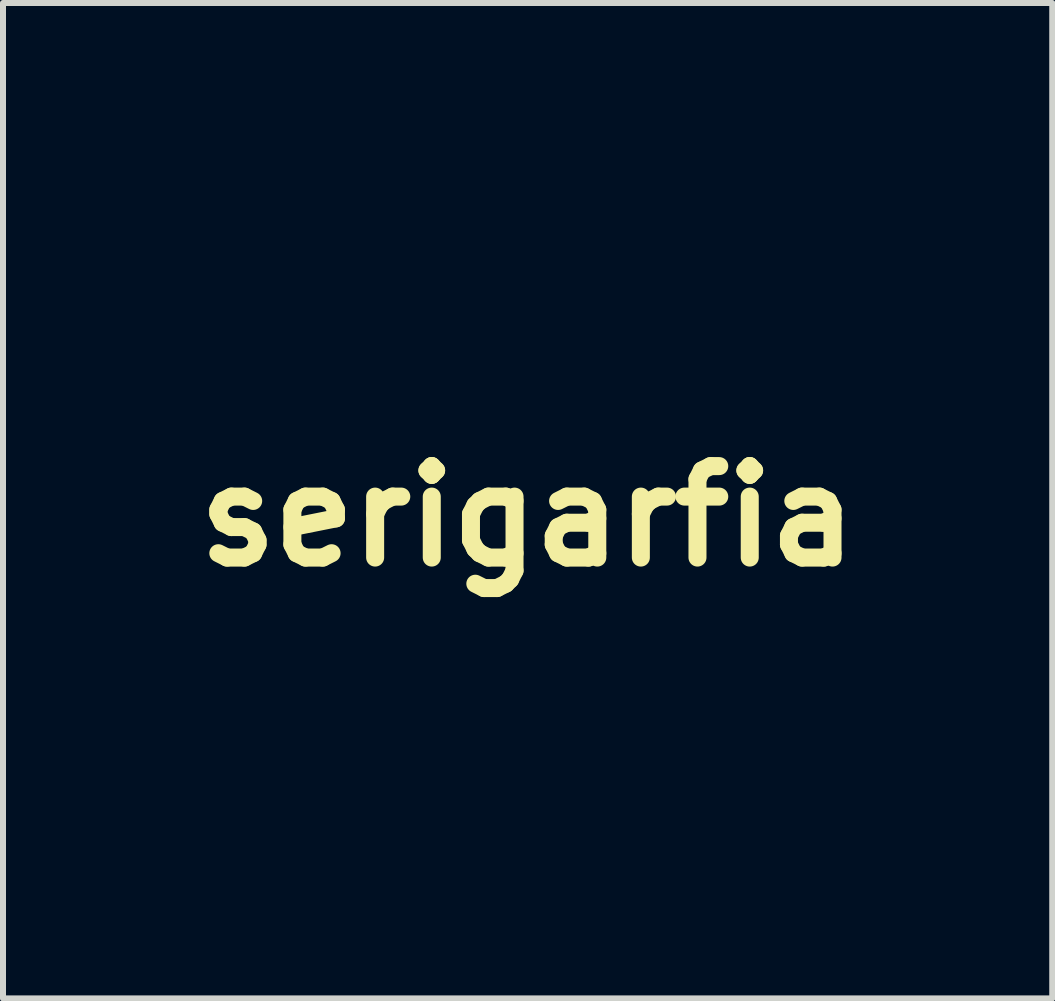
<source format=kicad_pcb>
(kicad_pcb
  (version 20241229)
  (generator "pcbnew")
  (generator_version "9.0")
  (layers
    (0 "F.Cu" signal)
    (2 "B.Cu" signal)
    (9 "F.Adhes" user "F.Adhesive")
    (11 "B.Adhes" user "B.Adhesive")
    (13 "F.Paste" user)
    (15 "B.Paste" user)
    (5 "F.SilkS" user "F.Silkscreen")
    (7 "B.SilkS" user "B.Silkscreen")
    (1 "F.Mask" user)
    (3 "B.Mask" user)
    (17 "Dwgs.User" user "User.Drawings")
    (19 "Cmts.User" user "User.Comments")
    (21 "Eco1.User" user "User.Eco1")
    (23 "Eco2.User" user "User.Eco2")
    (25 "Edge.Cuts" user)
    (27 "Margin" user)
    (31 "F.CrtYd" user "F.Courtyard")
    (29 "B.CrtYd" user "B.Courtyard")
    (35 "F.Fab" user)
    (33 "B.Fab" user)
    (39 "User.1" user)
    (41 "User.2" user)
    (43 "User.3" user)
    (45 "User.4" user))
  (footprint "serigarfia"
    (layer "F.Cu")
    (at 5.74 5.55)
    (property "Reference" "serigarfia" (at 0 0 0) (layer "F.SilkS") (effects (font (size 1.524 1.524) (thickness 0.3))))
    (attr through_hole)
    (fp_poly (pts (xy 0.108 -5.543) (xy 0.244 -5.529) (xy 0.377 -5.503) (xy 0.506 -5.466) (xy 0.63 -5.417) (xy 0.748 -5.359) (xy 0.861 -5.29) (xy 0.967 -5.212) (xy 1.067 -5.125) (xy 1.158 -5.03) (xy 1.241 -4.927) (xy 1.316 -4.816) (xy 1.38 -4.698) (xy 1.435 -4.573) (xy 1.477 -4.45) (xy 1.508 -4.319) (xy 1.528 -4.186) (xy 1.536 -4.051) (xy 1.532 -3.917) (xy 1.516 -3.783) (xy 1.489 -3.652) (xy 1.451 -3.523) (xy 1.401 -3.399) (xy 1.341 -3.279) (xy 1.305 -3.221) (xy 1.226 -3.107) (xy 1.138 -3.002) (xy 1.042 -2.906) (xy 0.938 -2.819) (xy 0.827 -2.742) (xy 0.709 -2.675) (xy 0.587 -2.618) (xy 0.459 -2.573) (xy 0.327 -2.539) (xy 0.192 -2.517) (xy 0.176 -2.515) (xy 0.151 -2.513) (xy 0.117 -2.511) (xy 0.077 -2.51) (xy 0.034 -2.509) (xy -0.01 -2.509) (xy -0.05 -2.509) (xy -0.086 -2.51) (xy -0.113 -2.511) (xy -0.124 -2.512) (xy -0.267 -2.535) (xy -0.402 -2.567) (xy -0.53 -2.608) (xy -0.651 -2.661) (xy -0.766 -2.723) (xy -0.876 -2.797) (xy -0.98 -2.881) (xy -1.038 -2.934) (xy -1.133 -3.034) (xy -1.218 -3.141) (xy -1.292 -3.255) (xy -1.355 -3.373) (xy -1.408 -3.496) (xy -1.449 -3.623) (xy -1.478 -3.753) (xy -1.497 -3.885) (xy -1.503 -4.019) (xy -1.502 -4.036) (xy -0.845 -4.036) (xy -0.844 -3.984) (xy -0.842 -3.936) (xy -0.838 -3.899) (xy -0.818 -3.802) (xy -0.786 -3.707) (xy -0.743 -3.615) (xy -0.689 -3.527) (xy -0.681 -3.516) (xy -0.636 -3.461) (xy -0.582 -3.406) (xy -0.522 -3.353) (xy -0.458 -3.305) (xy -0.394 -3.265) (xy -0.368 -3.251) (xy -0.282 -3.215) (xy -0.19 -3.187) (xy -0.093 -3.17) (xy 0.005 -3.163) (xy 0.101 -3.167) (xy 0.16 -3.175) (xy 0.233 -3.19) (xy 0.3 -3.21) (xy 0.367 -3.237) (xy 0.397 -3.251) (xy 0.486 -3.301) (xy 0.568 -3.361) (xy 0.642 -3.431) (xy 0.707 -3.508) (xy 0.764 -3.593) (xy 0.81 -3.684) (xy 0.845 -3.78) (xy 0.868 -3.874) (xy 0.875 -3.927) (xy 0.879 -3.986) (xy 0.879 -4.049) (xy 0.876 -4.111) (xy 0.87 -4.167) (xy 0.865 -4.195) (xy 0.836 -4.3) (xy 0.797 -4.397) (xy 0.748 -4.487) (xy 0.688 -4.571) (xy 0.636 -4.629) (xy 0.561 -4.698) (xy 0.481 -4.756) (xy 0.395 -4.803) (xy 0.301 -4.842) (xy 0.21 -4.869) (xy 0.186 -4.875) (xy 0.164 -4.879) (xy 0.143 -4.882) (xy 0.12 -4.884) (xy 0.092 -4.885) (xy 0.056 -4.886) (xy 0.016 -4.886) (xy -0.029 -4.886) (xy -0.064 -4.885) (xy -0.091 -4.884) (xy -0.114 -4.882) (xy -0.135 -4.879) (xy -0.156 -4.874) (xy -0.178 -4.869) (xy -0.28 -4.838) (xy -0.373 -4.798) (xy -0.46 -4.748) (xy -0.54 -4.687) (xy -0.615 -4.616) (xy -0.633 -4.595) (xy -0.69 -4.524) (xy -0.739 -4.443) (xy -0.781 -4.356) (xy -0.813 -4.266) (xy -0.835 -4.175) (xy -0.84 -4.136) (xy -0.843 -4.088) (xy -0.845 -4.036) (xy -1.502 -4.036) (xy -1.498 -4.154) (xy -1.48 -4.289) (xy -1.45 -4.423) (xy -1.426 -4.505) (xy -1.378 -4.631) (xy -1.319 -4.753) (xy -1.249 -4.868) (xy -1.169 -4.976) (xy -1.079 -5.078) (xy -0.981 -5.171) (xy -0.875 -5.256) (xy -0.762 -5.331) (xy -0.651 -5.391) (xy -0.524 -5.447) (xy -0.394 -5.49) (xy -0.261 -5.521) (xy -0.125 -5.539) (xy 0.014 -5.545) (xy 0.108 -5.543)) (stroke (width 0.01) (type solid)) (fill yes) (layer "F.Mask"))
    (fp_poly (pts (xy 0.03 -2.033) (xy 0.041 -2.02) (xy 0.057 -2) (xy 0.076 -1.974) (xy 0.089 -1.957) (xy 0.098 -1.945) (xy 0.114 -1.924) (xy 0.137 -1.893) (xy 0.167 -1.854) (xy 0.202 -1.808) (xy 0.243 -1.753) (xy 0.289 -1.692) (xy 0.341 -1.625) (xy 0.396 -1.552) (xy 0.455 -1.473) (xy 0.518 -1.391) (xy 0.584 -1.303) (xy 0.653 -1.213) (xy 0.724 -1.119) (xy 0.797 -1.023) (xy 0.871 -0.925) (xy 0.946 -0.826) (xy 1.022 -0.726) (xy 1.098 -0.626) (xy 1.174 -0.525) (xy 1.249 -0.426) (xy 1.324 -0.328) (xy 1.396 -0.232) (xy 1.467 -0.139) (xy 1.536 -0.048) (xy 1.602 0.038) (xy 1.665 0.121) (xy 1.724 0.199) (xy 1.779 0.272) (xy 1.83 0.339) (xy 1.877 0.4) (xy 1.918 0.454) (xy 1.953 0.501) (xy 1.982 0.54) (xy 2.005 0.57) (xy 2.007 0.572) (xy 2.029 0.6) (xy 2.057 0.638) (xy 2.092 0.684) (xy 2.132 0.737) (xy 2.177 0.796) (xy 2.225 0.859) (xy 2.276 0.927) (xy 2.329 0.997) (xy 2.384 1.068) (xy 2.439 1.14) (xy 2.477 1.191) (xy 2.539 1.273) (xy 2.608 1.363) (xy 2.681 1.46) (xy 2.756 1.559) (xy 2.833 1.661) (xy 2.91 1.763) (xy 2.986 1.862) (xy 3.057 1.956) (xy 3.124 2.045) (xy 3.175 2.111) (xy 3.295 2.27) (xy 3.416 2.429) (xy 3.537 2.589) (xy 3.66 2.75) (xy 3.784 2.915) (xy 3.912 3.083) (xy 4.043 3.255) (xy 4.178 3.434) (xy 4.318 3.618) (xy 4.464 3.81) (xy 4.616 4.011) (xy 4.774 4.22) (xy 4.781 4.229) (xy 4.847 4.315) (xy 4.91 4.399) (xy 4.971 4.48) (xy 5.03 4.556) (xy 5.085 4.629) (xy 5.136 4.697) (xy 5.184 4.759) (xy 5.227 4.816) (xy 5.264 4.866) (xy 5.297 4.908) (xy 5.323 4.943) (xy 5.343 4.969) (xy 5.357 4.987) (xy 5.363 4.995) (xy 5.384 5.021) (xy 4.431 5.025) (xy 4.315 5.025) (xy 4.198 5.026) (xy 4.081 5.026) (xy 3.966 5.027) (xy 3.852 5.027) (xy 3.743 5.028) (xy 3.637 5.028) (xy 3.537 5.028) (xy 3.444 5.029) (xy 3.359 5.029) (xy 3.282 5.029) (xy 3.216 5.029) (xy 3.16 5.029) (xy 3.13 5.029) (xy 2.782 5.029) (xy 2.882 4.933) (xy 2.959 4.857) (xy 3.032 4.785) (xy 3.098 4.718) (xy 3.158 4.656) (xy 3.211 4.599) (xy 3.256 4.549) (xy 3.293 4.505) (xy 3.322 4.469) (xy 3.336 4.449) (xy 3.363 4.404) (xy 3.387 4.356) (xy 3.406 4.311) (xy 3.413 4.286) (xy 3.42 4.25) (xy 3.424 4.206) (xy 3.424 4.158) (xy 3.421 4.11) (xy 3.416 4.067) (xy 3.414 4.058) (xy 3.402 4.012) (xy 3.388 3.963) (xy 3.369 3.912) (xy 3.347 3.857) (xy 3.321 3.799) (xy 3.291 3.736) (xy 3.257 3.669) (xy 3.217 3.597) (xy 3.173 3.52) (xy 3.124 3.438) (xy 3.069 3.349) (xy 3.009 3.254) (xy 2.942 3.152) (xy 2.87 3.043) (xy 2.791 2.926) (xy 2.706 2.802) (xy 2.614 2.669) (xy 2.515 2.528) (xy 2.409 2.377) (xy 2.295 2.217) (xy 2.244 2.146) (xy 2.114 1.965) (xy 1.985 1.787) (xy 1.859 1.612) (xy 1.735 1.442) (xy 1.614 1.276) (xy 1.496 1.114) (xy 1.38 0.957) (xy 1.267 0.805) (xy 1.158 0.658) (xy 1.053 0.517) (xy 0.951 0.382) (xy 0.853 0.252) (xy 0.759 0.129) (xy 0.67 0.013) (xy 0.585 -0.096) (xy 0.505 -0.199) (xy 0.43 -0.294) (xy 0.36 -0.381) (xy 0.296 -0.46) (xy 0.237 -0.531) (xy 0.184 -0.593) (xy 0.137 -0.647) (xy 0.097 -0.692) (xy 0.062 -0.727) (xy 0.035 -0.753) (xy 0.014 -0.769) (xy 0.001 -0.775) (xy -0.000001 -0.775) (xy -0.013 -0.77) (xy -0.033 -0.754) (xy -0.059 -0.729) (xy -0.093 -0.695) (xy -0.133 -0.651) (xy -0.178 -0.599) (xy -0.23 -0.538) (xy -0.288 -0.469) (xy -0.351 -0.391) (xy -0.419 -0.307) (xy -0.492 -0.214) (xy -0.57 -0.115) (xy -0.652 -0.009) (xy -0.739 0.103) (xy -0.83 0.222) (xy -0.924 0.346) (xy -1.022 0.476) (xy -1.124 0.611) (xy -1.228 0.751) (xy -1.335 0.896) (xy -1.445 1.045) (xy -1.558 1.198) (xy -1.672 1.354) (xy -1.789 1.515) (xy -1.906 1.676) (xy -2.028 1.845) (xy -2.142 2.005) (xy -2.25 2.154) (xy -2.35 2.295) (xy -2.444 2.428) (xy -2.532 2.552) (xy -2.614 2.669) (xy -2.69 2.778) (xy -2.76 2.88) (xy -2.826 2.976) (xy -2.886 3.066) (xy -2.942 3.15) (xy -2.993 3.229) (xy -3.041 3.303) (xy -3.084 3.372) (xy -3.125 3.438) (xy -3.161 3.5) (xy -3.195 3.558) (xy -3.226 3.614) (xy -3.255 3.667) (xy -3.281 3.718) (xy -3.302 3.762) (xy -3.339 3.84) (xy -3.368 3.91) (xy -3.391 3.973) (xy -3.407 4.032) (xy -3.418 4.087) (xy -3.423 4.141) (xy -3.424 4.175) (xy -3.422 4.232) (xy -3.415 4.281) (xy -3.4 4.328) (xy -3.384 4.366) (xy -3.37 4.392) (xy -3.356 4.417) (xy -3.34 4.442) (xy -3.323 4.467) (xy -3.302 4.495) (xy -3.276 4.527) (xy -3.244 4.564) (xy -3.205 4.609) (xy -3.185 4.632) (xy -3.161 4.659) (xy -3.134 4.691) (xy -3.102 4.727) (xy -3.069 4.766) (xy -3.034 4.806) (xy -3 4.846) (xy -2.966 4.885) (xy -2.936 4.921) (xy -2.908 4.953) (xy -2.886 4.979) (xy -2.869 4.999) (xy -2.859 5.011) (xy -2.858 5.012) (xy -2.858 5.013) (xy -2.858 5.014) (xy -2.861 5.015) (xy -2.866 5.016) (xy -2.873 5.017) (xy -2.884 5.018) (xy -2.899 5.019) (xy -2.919 5.019) (xy -2.943 5.02) (xy -2.972 5.021) (xy -3.008 5.021) (xy -3.05 5.021) (xy -3.098 5.022) (xy -3.155 5.022) (xy -3.219 5.022) (xy -3.292 5.022) (xy -3.373 5.023) (xy -3.464 5.023) (xy -3.566 5.023) (xy -3.677 5.023) (xy -3.8 5.023) (xy -3.934 5.023) (xy -4.081 5.023) (xy -4.118 5.023) (xy -5.386 5.023) (xy -5.364 4.996) (xy -5.356 4.986) (xy -5.342 4.968) (xy -5.321 4.941) (xy -5.295 4.906) (xy -5.263 4.865) (xy -5.227 4.819) (xy -5.188 4.767) (xy -5.146 4.712) (xy -5.101 4.654) (xy -5.07 4.613) (xy -5.027 4.556) (xy -4.981 4.497) (xy -4.933 4.434) (xy -4.882 4.368) (xy -4.828 4.297) (xy -4.771 4.222) (xy -4.709 4.142) (xy -4.644 4.056) (xy -4.574 3.965) (xy -4.499 3.867) (xy -4.419 3.763) (xy -4.334 3.651) (xy -4.243 3.532) (xy -4.145 3.404) (xy -4.041 3.269) (xy -3.93 3.124) (xy -3.812 2.969) (xy -3.743 2.88) (xy -3.696 2.817) (xy -3.648 2.755) (xy -3.602 2.695) (xy -3.558 2.637) (xy -3.516 2.583) (xy -3.479 2.534) (xy -3.446 2.491) (xy -3.419 2.455) (xy -3.398 2.428) (xy -3.391 2.419) (xy -3.372 2.394) (xy -3.346 2.361) (xy -3.315 2.32) (xy -3.278 2.272) (xy -3.239 2.221) (xy -3.196 2.165) (xy -3.152 2.108) (xy -3.108 2.05) (xy -3.082 2.016) (xy -3.05 1.974) (xy -3.011 1.923) (xy -2.966 1.864) (xy -2.915 1.797) (xy -2.859 1.724) (xy -2.799 1.646) (xy -2.735 1.563) (xy -2.668 1.476) (xy -2.6 1.386) (xy -2.53 1.294) (xy -2.459 1.202) (xy -2.388 1.109) (xy -2.318 1.017) (xy -2.295 0.987) (xy -2.223 0.894) (xy -2.15 0.798) (xy -2.075 0.7) (xy -2 0.602) (xy -1.925 0.505) (xy -1.852 0.409) (xy -1.78 0.315) (xy -1.712 0.226) (xy -1.647 0.141) (xy -1.586 0.062) (xy -1.531 -0.011) (xy -1.481 -0.075) (xy -1.439 -0.131) (xy -1.434 -0.137) (xy -1.375 -0.214) (xy -1.312 -0.296) (xy -1.247 -0.381) (xy -1.179 -0.47) (xy -1.11 -0.561) (xy -1.038 -0.654) (xy -0.966 -0.748) (xy -0.894 -0.843) (xy -0.821 -0.937) (xy -0.749 -1.032) (xy -0.678 -1.125) (xy -0.608 -1.216) (xy -0.54 -1.304) (xy -0.475 -1.39) (xy -0.412 -1.472) (xy -0.353 -1.55) (xy -0.297 -1.622) (xy -0.245 -1.69) (xy -0.199 -1.751) (xy -0.157 -1.805) (xy -0.121 -1.852) (xy -0.091 -1.891) (xy -0.068 -1.921) (xy -0.052 -1.942) (xy -0.048 -1.948) (xy -0.026 -1.977) (xy -0.006 -2.002) (xy 0.01 -2.022) (xy 0.021 -2.034) (xy 0.025 -2.038) (xy 0.03 -2.033)) (stroke (width 0.01) (type solid)) (fill yes) (layer "F.Mask")))
  (gr_rect
    (start -3 -3)
    (end 14.481 13.584)
    (stroke (width 0.1) (type default))
    (fill no)
    (layer "Edge.Cuts")))
</source>
